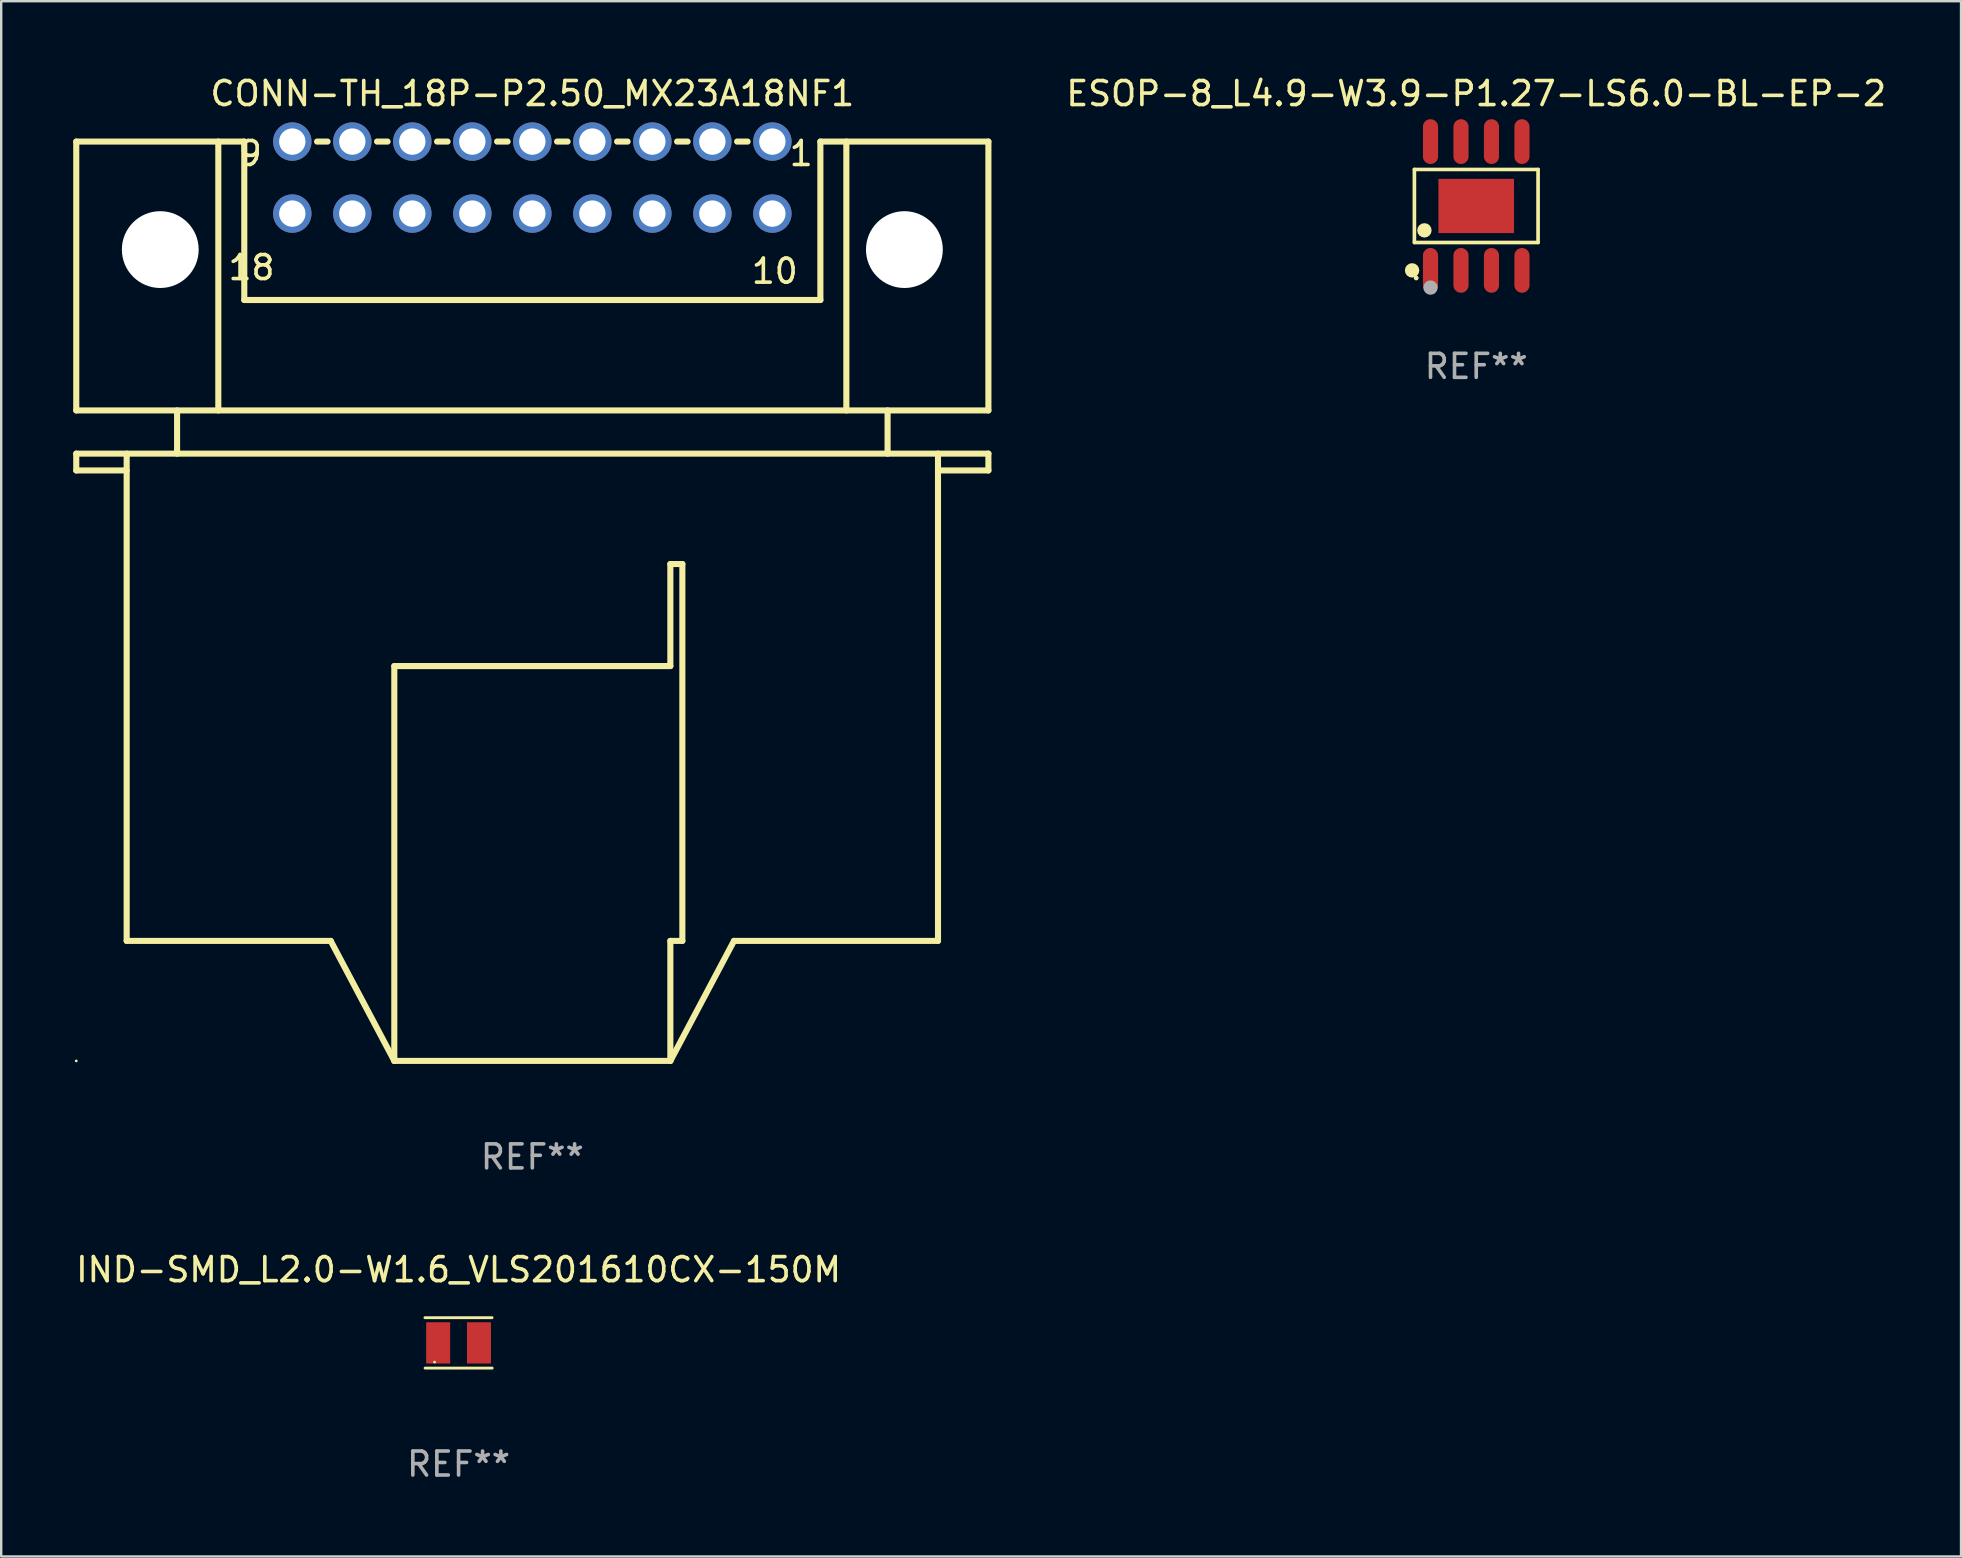
<source format=kicad_pcb>
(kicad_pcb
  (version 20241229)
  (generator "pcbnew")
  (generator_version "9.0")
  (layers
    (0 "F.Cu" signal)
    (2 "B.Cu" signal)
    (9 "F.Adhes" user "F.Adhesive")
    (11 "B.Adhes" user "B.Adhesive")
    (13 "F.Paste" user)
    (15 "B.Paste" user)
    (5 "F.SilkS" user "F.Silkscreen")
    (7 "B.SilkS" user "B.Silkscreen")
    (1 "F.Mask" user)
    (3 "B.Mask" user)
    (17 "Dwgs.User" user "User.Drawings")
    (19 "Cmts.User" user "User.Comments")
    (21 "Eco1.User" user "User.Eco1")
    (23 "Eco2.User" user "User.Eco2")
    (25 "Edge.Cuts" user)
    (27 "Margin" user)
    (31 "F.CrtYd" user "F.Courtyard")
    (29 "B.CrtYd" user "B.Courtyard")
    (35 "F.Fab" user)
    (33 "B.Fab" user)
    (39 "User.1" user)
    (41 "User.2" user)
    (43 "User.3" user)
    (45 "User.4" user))
  (footprint "ESOP-8_L4.9-W3.9-P1.27-LS6.0-BL-EP-2"
    (layer "F.Cu")
    (at 58.45 5.531)
    (property "Reference" "ESOP-8_L4.9-W3.9-P1.27-LS6.0-BL-EP-2" (at 0 -4.682 0) (layer "F.SilkS") (effects (font (size 1 1) (thickness 0.15))))
    (attr through_hole)
    (fp_line (start -2.576 -1.521) (end 2.576 -1.521) (stroke (width 0.152) (type solid)) (layer "F.SilkS"))
    (fp_line (start -2.576 1.521) (end -2.576 -1.521) (stroke (width 0.152) (type solid)) (layer "F.SilkS"))
    (fp_line (start 2.576 -1.521) (end 2.576 1.521) (stroke (width 0.152) (type solid)) (layer "F.SilkS"))
    (fp_line (start 2.576 1.521) (end -2.576 1.521) (stroke (width 0.152) (type solid)) (layer "F.SilkS"))
    (fp_circle (center -2.672 2.683) (end -2.522 2.683) (stroke (width 0.3) (type solid)) (fill no) (layer "F.SilkS"))
    (fp_circle (center -2.5 3) (end -2.45 3) (stroke (width 0.1) (type solid)) (fill no) (layer "F.SilkS"))
    (fp_circle (center -2.159 1.016) (end -2.009 1.016) (stroke (width 0.3) (type solid)) (fill no) (layer "F.SilkS"))
    (fp_circle (center -1.905 3.4) (end -1.755 3.4) (stroke (width 0.3) (type solid)) (fill no) (layer "F.Fab"))
    (fp_text user "REF**" (at 0 6.683 0) (layer "F.Fab") (effects (font (size 1 1) (thickness 0.15))))
    (pad "1" smd oval (at -1.905 2.683) (size 0.63 1.865) (layers "F.Cu" "F.Mask" "F.Paste"))
    (pad "2" smd oval (at -0.635 2.683) (size 0.63 1.865) (layers "F.Cu" "F.Mask" "F.Paste"))
    (pad "3" smd oval (at 0.635 2.683) (size 0.63 1.865) (layers "F.Cu" "F.Mask" "F.Paste"))
    (pad "4" smd oval (at 1.905 2.683) (size 0.63 1.865) (layers "F.Cu" "F.Mask" "F.Paste"))
    (pad "5" smd oval (at 1.905 -2.682) (size 0.63 1.865) (layers "F.Cu" "F.Mask" "F.Paste"))
    (pad "6" smd oval (at 0.635 -2.682) (size 0.63 1.865) (layers "F.Cu" "F.Mask" "F.Paste"))
    (pad "7" smd oval (at -0.635 -2.682) (size 0.63 1.865) (layers "F.Cu" "F.Mask" "F.Paste"))
    (pad "8" smd oval (at -1.905 -2.682) (size 0.63 1.865) (layers "F.Cu" "F.Mask" "F.Paste"))
    (pad "9" smd rect (at -0.000051 0.000025) (size 3.15 2.26) (layers "F.Cu" "F.Mask" "F.Paste")))
  (footprint "IND-SMD_L2.0-W1.6_VLS201610CX-150M"
    (layer "F.Cu")
    (at 16.054 52.895)
    (property "Reference" "IND-SMD_L2.0-W1.6_VLS201610CX-150M" (at -0.000089 -3.05 0) (layer "F.SilkS") (effects (font (size 1 1) (thickness 0.15))))
    (attr through_hole)
    (fp_line (start -1.4 -1.05) (end 1.394 -1.05) (stroke (width 0.12) (type solid)) (layer "F.SilkS"))
    (fp_line (start 1.4 1.05) (end -1.394 1.05) (stroke (width 0.12) (type solid)) (layer "F.SilkS"))
    (fp_circle (center -1 0.8) (end -0.97 0.8) (stroke (width 0.06) (type solid)) (fill no) (layer "F.SilkS"))
    (fp_text user "REF**" (at -0.000089 5.05 0) (layer "F.Fab") (effects (font (size 1 1) (thickness 0.15))))
    (pad "1" smd rect (at -0.85 0) (size 1 1.72) (layers "F.Cu" "F.Mask" "F.Paste"))
    (pad "2" smd rect (at 0.85 0) (size 1 1.72) (layers "F.Cu" "F.Mask" "F.Paste")))
  (footprint "CONN-TH_18P-P2.50_MX23A18NF1"
    (layer "F.Cu")
    (at 19.127 4.348)
    (property "Reference" "CONN-TH_18P-P2.50_MX23A18NF1" (at 0 -3.5 0) (layer "F.SilkS") (effects (font (size 1 1) (thickness 0.15))))
    (attr through_hole)
    (fp_line (start -19 -1.5) (end -12 -1.5) (stroke (width 0.254) (type solid)) (layer "F.SilkS"))
    (fp_line (start -19 9.7) (end -19 -1.5) (stroke (width 0.254) (type solid)) (layer "F.SilkS"))
    (fp_line (start -19 11.501) (end -19 12.201) (stroke (width 0.254) (type solid)) (layer "F.SilkS"))
    (fp_line (start -19 11.501) (end 19 11.501) (stroke (width 0.254) (type solid)) (layer "F.SilkS"))
    (fp_line (start -19 12.201) (end -16.9 12.201) (stroke (width 0.254) (type solid)) (layer "F.SilkS"))
    (fp_line (start -16.9 31.8) (end -16.9 11.501) (stroke (width 0.254) (type solid)) (layer "F.SilkS"))
    (fp_line (start -16.9 31.8) (end -8.4 31.8) (stroke (width 0.254) (type solid)) (layer "F.SilkS"))
    (fp_line (start -14.8 11.501) (end -14.8 9.7) (stroke (width 0.254) (type solid)) (layer "F.SilkS"))
    (fp_line (start -13.082 -1.5) (end -13.082 9.7) (stroke (width 0.254) (type solid)) (layer "F.SilkS"))
    (fp_line (start -12 -1.5) (end -12 5.1) (stroke (width 0.254) (type solid)) (layer "F.SilkS"))
    (fp_line (start -12 5.1) (end 12 5.1) (stroke (width 0.254) (type solid)) (layer "F.SilkS"))
    (fp_line (start -8.969 -1.5) (end -8.531 -1.5) (stroke (width 0.254) (type solid)) (layer "F.SilkS"))
    (fp_line (start -6.469 -1.5) (end -6.031 -1.5) (stroke (width 0.254) (type solid)) (layer "F.SilkS"))
    (fp_line (start -5.75 20.35) (end 5.75 20.35) (stroke (width 0.254) (type solid)) (layer "F.SilkS"))
    (fp_line (start -5.75 36.8) (end -5.75 20.35) (stroke (width 0.254) (type solid)) (layer "F.SilkS"))
    (fp_line (start -5.749 36.8) (end -8.399 31.801) (stroke (width 0.254) (type solid)) (layer "F.SilkS"))
    (fp_line (start -3.969 -1.5) (end -3.531 -1.5) (stroke (width 0.254) (type solid)) (layer "F.SilkS"))
    (fp_line (start -1.469 -1.5) (end -1.031 -1.5) (stroke (width 0.254) (type solid)) (layer "F.SilkS"))
    (fp_line (start 1.031 -1.5) (end 1.469 -1.5) (stroke (width 0.254) (type solid)) (layer "F.SilkS"))
    (fp_line (start 3.531 -1.5) (end 3.969 -1.5) (stroke (width 0.254) (type solid)) (layer "F.SilkS"))
    (fp_line (start 5.75 16.1) (end 6.25 16.1) (stroke (width 0.254) (type solid)) (layer "F.SilkS"))
    (fp_line (start 5.75 20.35) (end 5.75 16.1) (stroke (width 0.254) (type solid)) (layer "F.SilkS"))
    (fp_line (start 5.75 31.8) (end 6.25 31.8) (stroke (width 0.254) (type solid)) (layer "F.SilkS"))
    (fp_line (start 5.75 36.8) (end 5.75 31.8) (stroke (width 0.254) (type solid)) (layer "F.SilkS"))
    (fp_line (start 5.751 36.8) (end -5.749 36.8) (stroke (width 0.254) (type solid)) (layer "F.SilkS"))
    (fp_line (start 6.031 -1.5) (end 6.469 -1.5) (stroke (width 0.254) (type solid)) (layer "F.SilkS"))
    (fp_line (start 6.25 16.1) (end 6.25 31.8) (stroke (width 0.254) (type solid)) (layer "F.SilkS"))
    (fp_line (start 8.4 31.8) (end 16.9 31.8) (stroke (width 0.254) (type solid)) (layer "F.SilkS"))
    (fp_line (start 8.401 31.8) (end 5.751 36.8) (stroke (width 0.254) (type solid)) (layer "F.SilkS"))
    (fp_line (start 8.531 -1.5) (end 8.969 -1.5) (stroke (width 0.254) (type solid)) (layer "F.SilkS"))
    (fp_line (start 12 -1.5) (end 19 -1.5) (stroke (width 0.254) (type solid)) (layer "F.SilkS"))
    (fp_line (start 12 5.1) (end 12 -1.5) (stroke (width 0.254) (type solid)) (layer "F.SilkS"))
    (fp_line (start 13.082 9.7) (end 13.082 -1.5) (stroke (width 0.254) (type solid)) (layer "F.SilkS"))
    (fp_line (start 14.8 11.5) (end 14.8 9.7) (stroke (width 0.254) (type solid)) (layer "F.SilkS"))
    (fp_line (start 16.9 31.8) (end 16.9 11.5) (stroke (width 0.254) (type solid)) (layer "F.SilkS"))
    (fp_line (start 19 9.7) (end -19 9.7) (stroke (width 0.254) (type solid)) (layer "F.SilkS"))
    (fp_line (start 19 9.7) (end 19 -1.5) (stroke (width 0.254) (type solid)) (layer "F.SilkS"))
    (fp_line (start 19 11.5) (end 19 12.2) (stroke (width 0.254) (type solid)) (layer "F.SilkS"))
    (fp_line (start 19 12.2) (end 16.9 12.2) (stroke (width 0.254) (type solid)) (layer "F.SilkS"))
    (fp_circle (center -19 36.8) (end -18.97 36.8) (stroke (width 0.06) (type solid)) (fill no) (layer "F.SilkS"))
    (fp_circle (center -15.5 3) (end -14.9 3) (stroke (width 1.2) (type solid)) (fill no) (layer "F.Fab"))
    (fp_circle (center 15.5 3) (end 16.1 3) (stroke (width 1.2) (type solid)) (fill no) (layer "F.Fab"))
    (fp_text user "9" (at -11.75 -1 0) (layer "F.SilkS") (effects (font (size 1 1) (thickness 0.15))))
    (fp_text user "18" (at -11.7 3.75 0) (layer "F.SilkS") (effects (font (size 1 1) (thickness 0.15))))
    (fp_text user "1" (at 11.2 -1 0) (layer "F.SilkS") (effects (font (size 1 1) (thickness 0.15))))
    (fp_text user "10" (at 10.1 3.9 0) (layer "F.SilkS") (effects (font (size 1 1) (thickness 0.15))))
    (fp_text user "REF**" (at 0 40.8 0) (layer "F.Fab") (effects (font (size 1 1) (thickness 0.15))))
    (pad "" np_thru_hole circle (at -15.5 3) (size 3.2 3.2) (drill 3.2) (layers "*.Cu" "*.Mask"))
    (pad "" np_thru_hole circle (at 15.5 3) (size 3.2 3.2) (drill 3.2) (layers "*.Cu" "*.Mask"))
    (pad "1" thru_hole circle (at 10 -1.5) (size 1.6 1.6) (drill 1.1) (layers "*.Cu" "*.Mask"))
    (pad "2" thru_hole circle (at 7.5 -1.5) (size 1.6 1.6) (drill 1.1) (layers "*.Cu" "*.Mask"))
    (pad "3" thru_hole circle (at 5 -1.5) (size 1.6 1.6) (drill 1.1) (layers "*.Cu" "*.Mask"))
    (pad "4" thru_hole circle (at 2.5 -1.5) (size 1.6 1.6) (drill 1.1) (layers "*.Cu" "*.Mask"))
    (pad "5" thru_hole circle (at 0 -1.5) (size 1.6 1.6) (drill 1.1) (layers "*.Cu" "*.Mask"))
    (pad "6" thru_hole circle (at -2.5 -1.5) (size 1.6 1.6) (drill 1.1) (layers "*.Cu" "*.Mask"))
    (pad "7" thru_hole circle (at -5 -1.5) (size 1.6 1.6) (drill 1.1) (layers "*.Cu" "*.Mask"))
    (pad "8" thru_hole circle (at -7.5 -1.5) (size 1.6 1.6) (drill 1.1) (layers "*.Cu" "*.Mask"))
    (pad "9" thru_hole circle (at -10 -1.5) (size 1.6 1.6) (drill 1.1) (layers "*.Cu" "*.Mask"))
    (pad "10" thru_hole circle (at 10 1.5) (size 1.6 1.6) (drill 1.1) (layers "*.Cu" "*.Mask"))
    (pad "11" thru_hole circle (at 7.5 1.5) (size 1.6 1.6) (drill 1.1) (layers "*.Cu" "*.Mask"))
    (pad "12" thru_hole circle (at 5 1.5) (size 1.6 1.6) (drill 1.1) (layers "*.Cu" "*.Mask"))
    (pad "13" thru_hole circle (at 2.5 1.5) (size 1.6 1.6) (drill 1.1) (layers "*.Cu" "*.Mask"))
    (pad "14" thru_hole circle (at 0 1.5) (size 1.6 1.6) (drill 1.1) (layers "*.Cu" "*.Mask"))
    (pad "15" thru_hole circle (at -2.5 1.5) (size 1.6 1.6) (drill 1.1) (layers "*.Cu" "*.Mask"))
    (pad "16" thru_hole circle (at -5 1.5) (size 1.6 1.6) (drill 1.1) (layers "*.Cu" "*.Mask"))
    (pad "17" thru_hole circle (at -7.5 1.5) (size 1.6 1.6) (drill 1.1) (layers "*.Cu" "*.Mask"))
    (pad "18" thru_hole circle (at -10 1.5) (size 1.6 1.6) (drill 1.1) (layers "*.Cu" "*.Mask")))
  (gr_rect
    (start -3 -3)
    (end 78.647 61.793)
    (stroke (width 0.1) (type default))
    (fill no)
    (layer "Edge.Cuts")))
</source>
